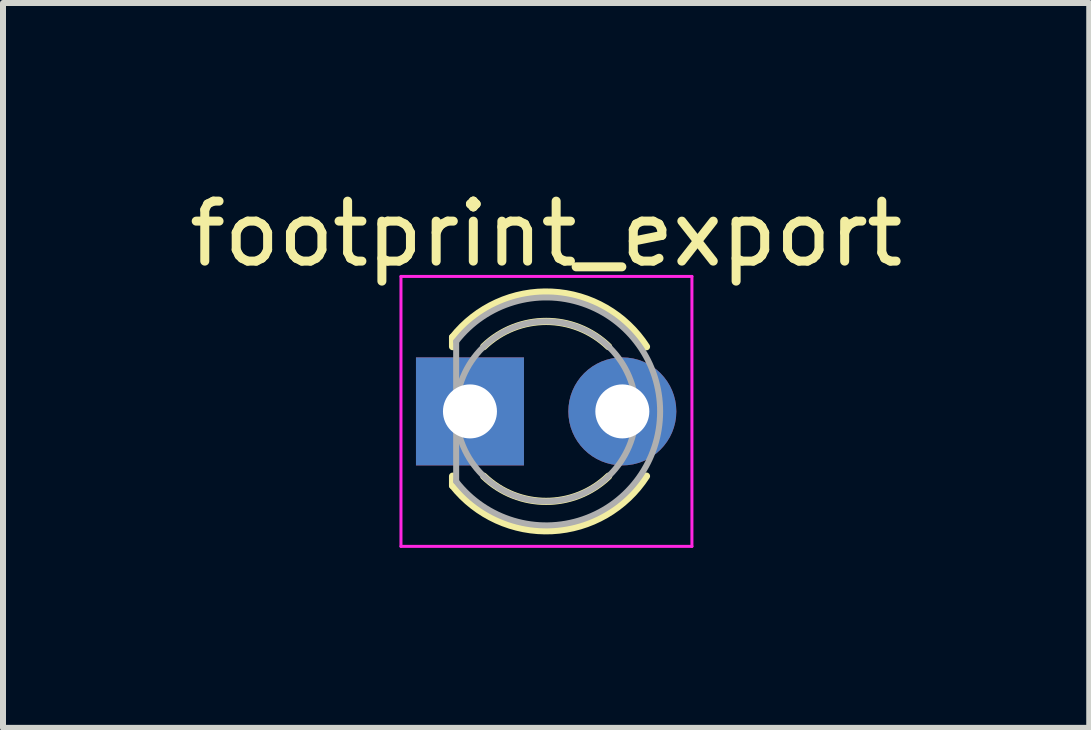
<source format=kicad_pcb>
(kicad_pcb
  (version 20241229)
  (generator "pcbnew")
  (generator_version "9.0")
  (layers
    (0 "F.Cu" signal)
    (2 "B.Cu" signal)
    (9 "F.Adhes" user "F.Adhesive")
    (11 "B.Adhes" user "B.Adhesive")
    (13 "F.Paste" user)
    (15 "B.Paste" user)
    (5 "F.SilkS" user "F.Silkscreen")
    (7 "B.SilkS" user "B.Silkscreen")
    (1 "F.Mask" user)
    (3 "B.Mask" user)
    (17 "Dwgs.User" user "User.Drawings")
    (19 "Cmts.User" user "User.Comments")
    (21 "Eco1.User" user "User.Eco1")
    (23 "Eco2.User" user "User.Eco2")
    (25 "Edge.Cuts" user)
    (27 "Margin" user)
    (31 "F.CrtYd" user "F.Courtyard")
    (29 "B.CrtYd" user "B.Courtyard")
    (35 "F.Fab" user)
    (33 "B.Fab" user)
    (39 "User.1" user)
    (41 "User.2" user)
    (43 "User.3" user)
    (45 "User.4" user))
  (footprint "footprint_export"
    (layer "F.Cu")
    (at 4.784 3.808)
    (property "Reference" "footprint_export" (at 1.27 -2.96 0) (layer "F.SilkS") (effects (font (size 1 1) (thickness 0.15))))
    (attr through_hole)
    (fp_line (start -0.29 -1.236) (end -0.29 -1.08) (stroke (width 0.12) (type solid)) (layer "F.SilkS"))
    (fp_line (start -0.29 1.08) (end -0.29 1.236) (stroke (width 0.12) (type solid)) (layer "F.SilkS"))
    (fp_arc (start -0.29 -1.235516) (mid 1.366487 -1.987659) (end 2.942335 -1.078608) (stroke (width 0.12) (type solid)) (layer "F.SilkS"))
    (fp_arc (start 0.229039 -1.08) (mid 1.270117 -1.5) (end 2.31113 -1.079837) (stroke (width 0.12) (type solid)) (layer "F.SilkS"))
    (fp_arc (start 2.31113 1.079837) (mid 1.270117 1.5) (end 0.229039 1.08) (stroke (width 0.12) (type solid)) (layer "F.SilkS"))
    (fp_arc (start 2.942335 1.078608) (mid 1.366487 1.987659) (end -0.29 1.235516) (stroke (width 0.12) (type solid)) (layer "F.SilkS"))
    (fp_line (start -1.15 -2.25) (end -1.15 2.25) (stroke (width 0.05) (type solid)) (layer "F.CrtYd"))
    (fp_line (start -1.15 2.25) (end 3.7 2.25) (stroke (width 0.05) (type solid)) (layer "F.CrtYd"))
    (fp_line (start 3.7 -2.25) (end -1.15 -2.25) (stroke (width 0.05) (type solid)) (layer "F.CrtYd"))
    (fp_line (start 3.7 2.25) (end 3.7 -2.25) (stroke (width 0.05) (type solid)) (layer "F.CrtYd"))
    (fp_line (start -0.23 -1.166) (end -0.23 1.166) (stroke (width 0.1) (type solid)) (layer "F.Fab"))
    (fp_arc (start -0.23 -1.16619) (mid 3.17 0.000452) (end -0.230555 1.165476) (stroke (width 0.1) (type solid)) (layer "F.Fab"))
    (fp_circle (center 1.27 0) (end 2.77 0) (stroke (width 0.1) (type solid)) (fill no) (layer "F.Fab"))
    (pad "1" thru_hole rect (at 0 0) (size 1.8 1.8) (drill 0.9) (layers "*.Cu" "*.Mask"))
    (pad "2" thru_hole circle (at 2.54 0) (size 1.8 1.8) (drill 0.9) (layers "*.Cu" "*.Mask")))
  (gr_rect
    (start -3 -3)
    (end 15.107 9.083)
    (stroke (width 0.1) (type default))
    (fill no)
    (layer "Edge.Cuts")))
</source>
